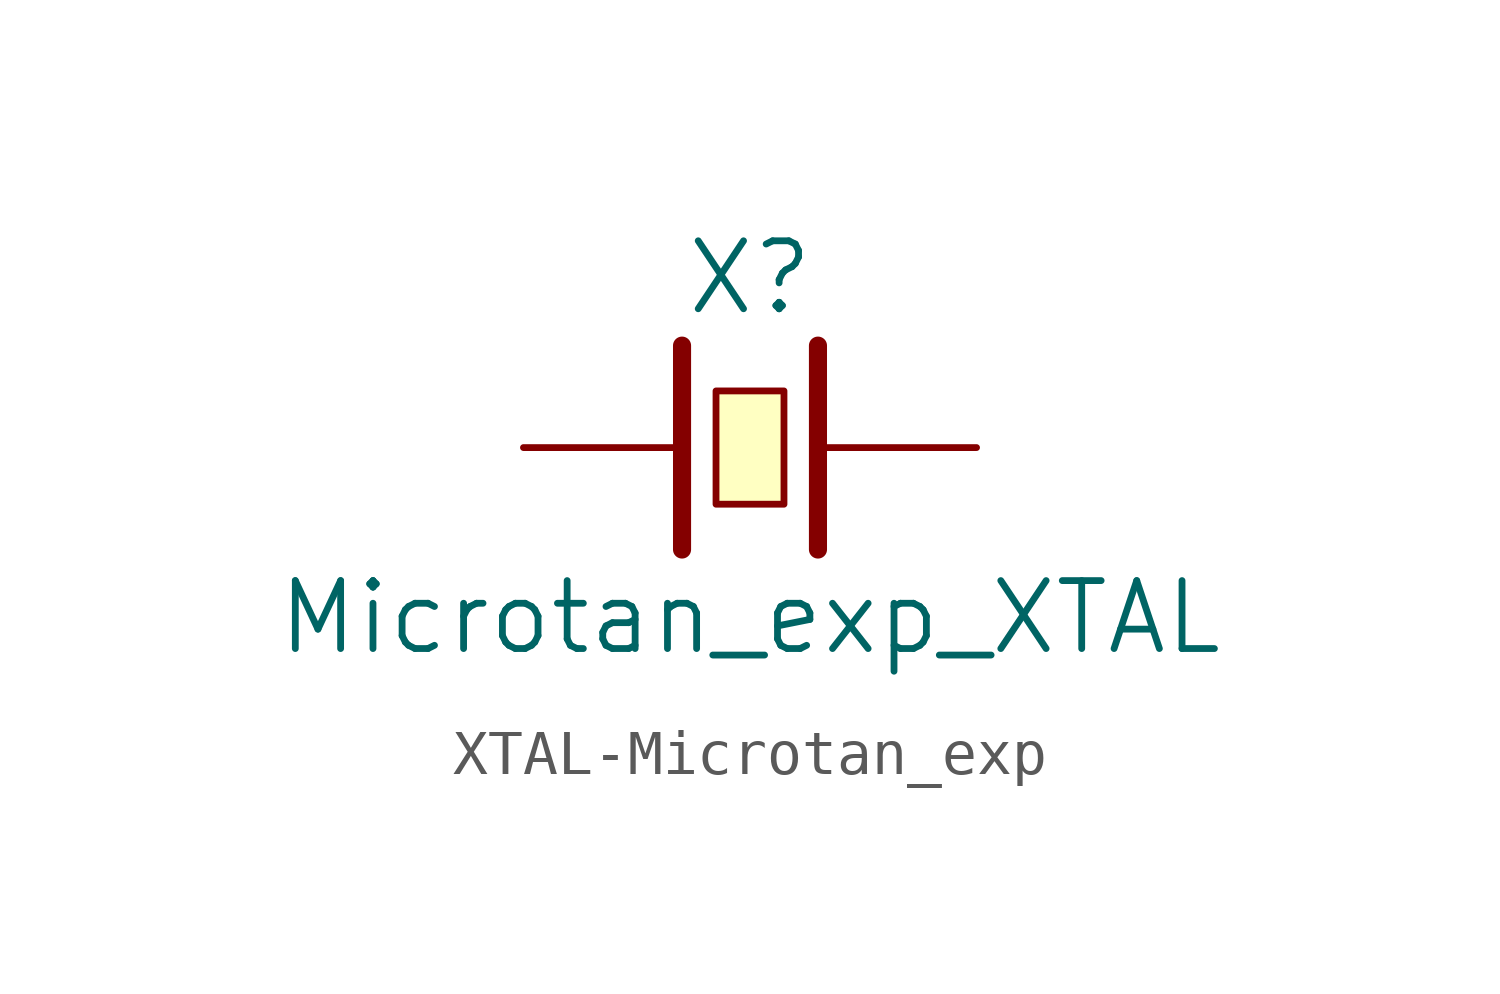
<source format=kicad_sym>
(kicad_symbol_lib
  (version 20231120)
  (generator "kicad_symbol_editor")
  (generator_version "8.0")
  (symbol "XTAL-Microtan_exp"
    (pin_numbers hide)
    (pin_names
      (offset 1.016) hide)
    (property "Reference" "X"
      (at 0 3.81 0)
      (effects (font (size 1.524 1.524))))
    (property "Value" "Microtan_exp_XTAL"
      (at 0 -3.81 0)
      (effects (font (size 1.524 1.524))))
    (property "Footprint" ""
      (at 0 0 0)
      (effects (font (size 1.524 1.524))))
    (property "Datasheet" ""
      (at 0 0 0)
      (effects (font (size 1.524 1.524))))
    (symbol "XTAL-Microtan_exp_0_1"
      (rectangle (start -0.762 1.27) (end 0.762 -1.27) (stroke (width 0) (type solid)) (fill (type background)))
      (polyline (pts (xy -1.524 2.286) (xy -1.524 -2.286)) (stroke (width 0.406) (type solid)) (fill (type none)))
      (polyline (pts (xy 1.524 2.286) (xy 1.524 -2.286)) (stroke (width 0.406) (type solid)) (fill (type none))))
    (symbol "XTAL-Microtan_exp_1_1"
      (pin passive line (at -5.08 0 0) (length 3.505) (name "1" (effects (font (size 1.016 1.016)))) (number "1" (effects (font (size 1.016 1.016)))))
      (pin passive line (at 5.08 0 180) (length 3.505) (name "2" (effects (font (size 1.016 1.016)))) (number "2" (effects (font (size 1.016 1.016))))))))
</source>
